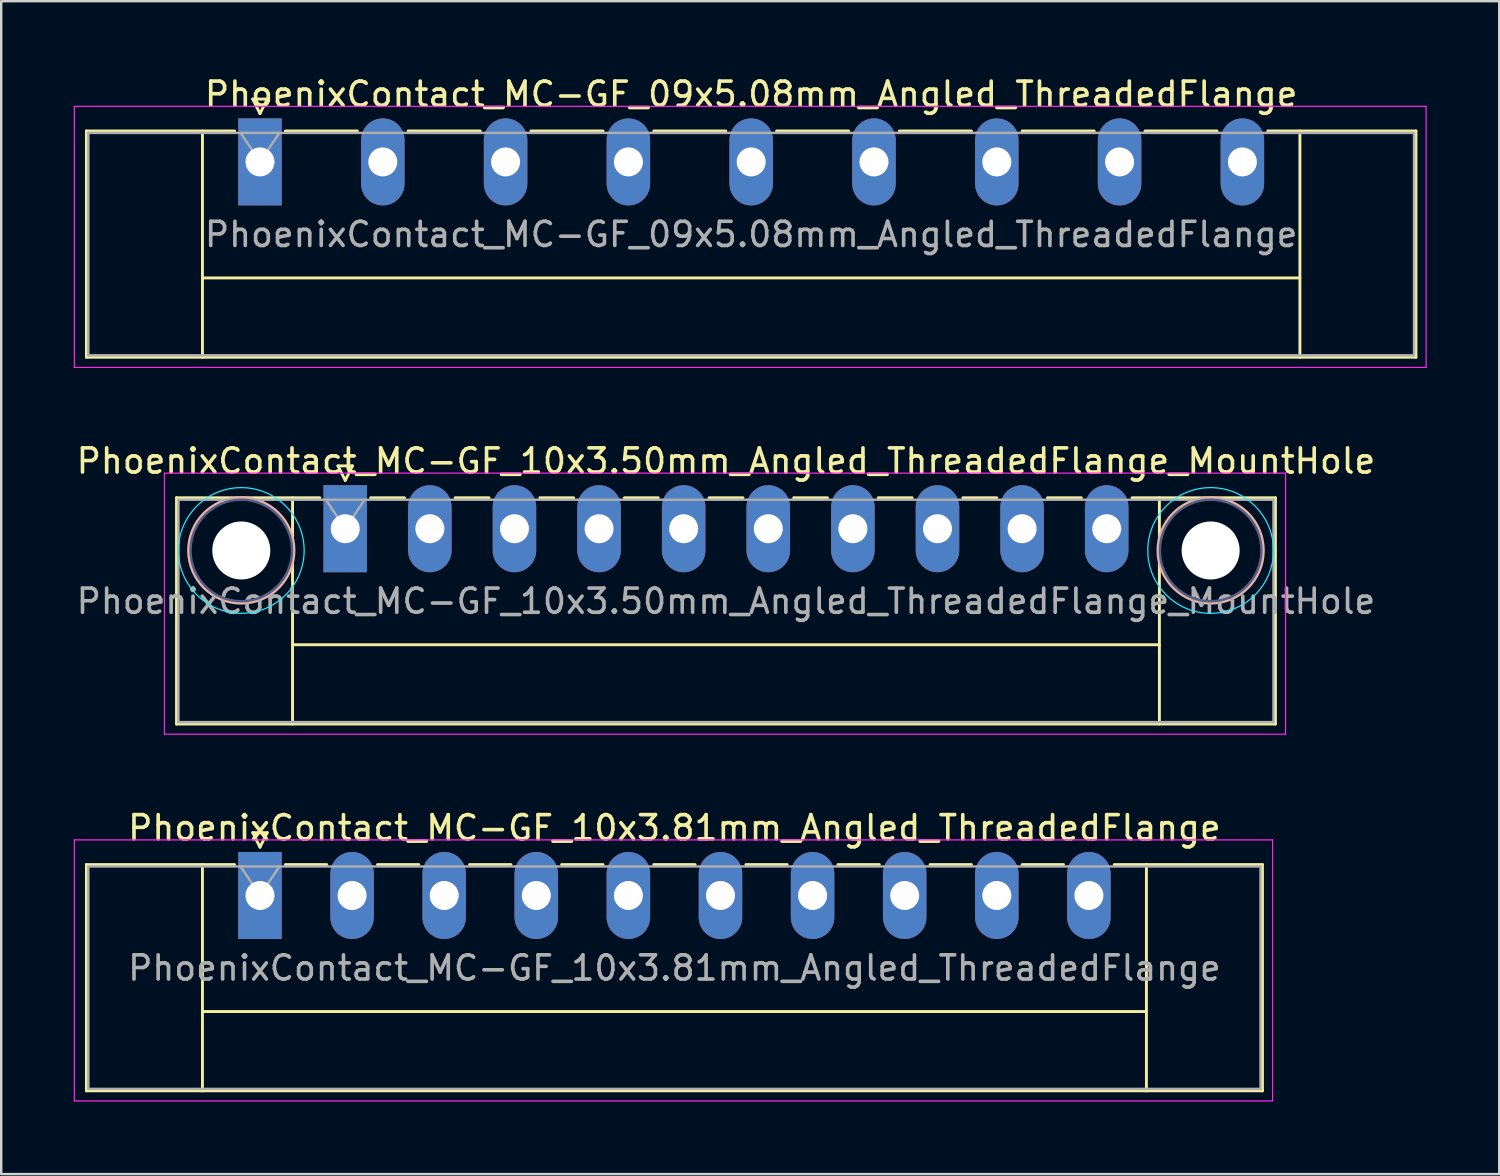
<source format=kicad_pcb>
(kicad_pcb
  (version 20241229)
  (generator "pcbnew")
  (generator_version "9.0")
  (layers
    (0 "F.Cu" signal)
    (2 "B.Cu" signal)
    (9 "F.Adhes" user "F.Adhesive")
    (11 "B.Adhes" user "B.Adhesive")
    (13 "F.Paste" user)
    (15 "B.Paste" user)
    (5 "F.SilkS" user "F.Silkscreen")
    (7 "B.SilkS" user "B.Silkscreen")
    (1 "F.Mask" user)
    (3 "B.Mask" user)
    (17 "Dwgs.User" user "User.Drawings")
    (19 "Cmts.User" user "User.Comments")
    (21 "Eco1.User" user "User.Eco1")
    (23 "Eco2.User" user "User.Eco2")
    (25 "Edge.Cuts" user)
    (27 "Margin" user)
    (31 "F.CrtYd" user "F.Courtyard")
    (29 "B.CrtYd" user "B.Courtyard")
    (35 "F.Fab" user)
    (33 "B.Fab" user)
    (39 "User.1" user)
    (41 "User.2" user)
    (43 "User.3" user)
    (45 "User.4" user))
  (footprint "PhoenixContact_MC-GF_10x3.81mm_Angled_ThreadedFlange"
    (layer "F.Cu")
    (at 7.705 33.995)
    (property "Reference" "PhoenixContact_MC-GF_10x3.81mm_Angled_ThreadedFlange" (at 17.145 -2.8 0) (layer "F.SilkS") (effects (font (size 1 1) (thickness 0.15))))
    (attr through_hole)
    (fp_line (start -7.18 -1.28) (end -7.18 8.08) (stroke (width 0.12) (type solid)) (layer "F.SilkS"))
    (fp_line (start -7.18 -1.28) (end -1.05 -1.28) (stroke (width 0.12) (type solid)) (layer "F.SilkS"))
    (fp_line (start -7.18 8.08) (end 41.47 8.08) (stroke (width 0.12) (type solid)) (layer "F.SilkS"))
    (fp_line (start -2.38 -1.28) (end -2.38 8.08) (stroke (width 0.12) (type solid)) (layer "F.SilkS"))
    (fp_line (start -2.38 4.8) (end 36.67 4.8) (stroke (width 0.12) (type solid)) (layer "F.SilkS"))
    (fp_line (start -0.3 -2.6) (end 0.3 -2.6) (stroke (width 0.12) (type solid)) (layer "F.SilkS"))
    (fp_line (start 0 -2) (end -0.3 -2.6) (stroke (width 0.12) (type solid)) (layer "F.SilkS"))
    (fp_line (start 0.3 -2.6) (end 0 -2) (stroke (width 0.12) (type solid)) (layer "F.SilkS"))
    (fp_line (start 1.05 -1.28) (end 2.76 -1.28) (stroke (width 0.12) (type solid)) (layer "F.SilkS"))
    (fp_line (start 4.86 -1.28) (end 6.57 -1.28) (stroke (width 0.12) (type solid)) (layer "F.SilkS"))
    (fp_line (start 8.67 -1.28) (end 10.38 -1.28) (stroke (width 0.12) (type solid)) (layer "F.SilkS"))
    (fp_line (start 12.48 -1.28) (end 14.19 -1.28) (stroke (width 0.12) (type solid)) (layer "F.SilkS"))
    (fp_line (start 16.29 -1.28) (end 18 -1.28) (stroke (width 0.12) (type solid)) (layer "F.SilkS"))
    (fp_line (start 20.1 -1.28) (end 21.81 -1.28) (stroke (width 0.12) (type solid)) (layer "F.SilkS"))
    (fp_line (start 23.91 -1.28) (end 25.62 -1.28) (stroke (width 0.12) (type solid)) (layer "F.SilkS"))
    (fp_line (start 27.72 -1.28) (end 29.43 -1.28) (stroke (width 0.12) (type solid)) (layer "F.SilkS"))
    (fp_line (start 31.53 -1.28) (end 33.24 -1.28) (stroke (width 0.12) (type solid)) (layer "F.SilkS"))
    (fp_line (start 36.67 -1.28) (end 36.67 8.08) (stroke (width 0.12) (type solid)) (layer "F.SilkS"))
    (fp_line (start 41.47 -1.28) (end 35.34 -1.28) (stroke (width 0.12) (type solid)) (layer "F.SilkS"))
    (fp_line (start 41.47 8.08) (end 41.47 -1.28) (stroke (width 0.12) (type solid)) (layer "F.SilkS"))
    (fp_line (start -7.68 -2.3) (end -7.68 8.5) (stroke (width 0.05) (type solid)) (layer "F.CrtYd"))
    (fp_line (start -7.68 8.5) (end 41.89 8.5) (stroke (width 0.05) (type solid)) (layer "F.CrtYd"))
    (fp_line (start 41.89 -2.3) (end -7.68 -2.3) (stroke (width 0.05) (type solid)) (layer "F.CrtYd"))
    (fp_line (start 41.89 8.5) (end 41.89 -2.3) (stroke (width 0.05) (type solid)) (layer "F.CrtYd"))
    (fp_line (start -7.1 -1.2) (end -7.1 8) (stroke (width 0.1) (type solid)) (layer "F.Fab"))
    (fp_line (start -7.1 8) (end 41.39 8) (stroke (width 0.1) (type solid)) (layer "F.Fab"))
    (fp_line (start 0 0) (end -0.8 -1.2) (stroke (width 0.1) (type solid)) (layer "F.Fab"))
    (fp_line (start 0.8 -1.2) (end 0 0) (stroke (width 0.1) (type solid)) (layer "F.Fab"))
    (fp_line (start 41.39 -1.2) (end -7.1 -1.2) (stroke (width 0.1) (type solid)) (layer "F.Fab"))
    (fp_line (start 41.39 8) (end 41.39 -1.2) (stroke (width 0.1) (type solid)) (layer "F.Fab"))
    (fp_text user "${REFERENCE}" (at 17.145 3 0) (layer "F.Fab") (effects (font (size 1 1) (thickness 0.15))))
    (pad "1" thru_hole rect (at 0 0) (size 1.8 3.6) (drill 1.2) (layers "*.Cu" "*.Mask"))
    (pad "2" thru_hole oval (at 3.81 0) (size 1.8 3.6) (drill 1.2) (layers "*.Cu" "*.Mask"))
    (pad "3" thru_hole oval (at 7.62 0) (size 1.8 3.6) (drill 1.2) (layers "*.Cu" "*.Mask"))
    (pad "4" thru_hole oval (at 11.43 0) (size 1.8 3.6) (drill 1.2) (layers "*.Cu" "*.Mask"))
    (pad "5" thru_hole oval (at 15.24 0) (size 1.8 3.6) (drill 1.2) (layers "*.Cu" "*.Mask"))
    (pad "6" thru_hole oval (at 19.05 0) (size 1.8 3.6) (drill 1.2) (layers "*.Cu" "*.Mask"))
    (pad "7" thru_hole oval (at 22.86 0) (size 1.8 3.6) (drill 1.2) (layers "*.Cu" "*.Mask"))
    (pad "8" thru_hole oval (at 26.67 0) (size 1.8 3.6) (drill 1.2) (layers "*.Cu" "*.Mask"))
    (pad "9" thru_hole oval (at 30.48 0) (size 1.8 3.6) (drill 1.2) (layers "*.Cu" "*.Mask"))
    (pad "10" thru_hole oval (at 34.29 0) (size 1.8 3.6) (drill 1.2) (layers "*.Cu" "*.Mask")))
  (footprint "PhoenixContact_MC-GF_09x5.08mm_Angled_ThreadedFlange"
    (layer "F.Cu")
    (at 7.705 3.648)
    (property "Reference" "PhoenixContact_MC-GF_09x5.08mm_Angled_ThreadedFlange" (at 20.32 -2.8 0) (layer "F.SilkS") (effects (font (size 1 1) (thickness 0.15))))
    (attr through_hole)
    (fp_line (start -7.18 -1.28) (end -7.18 8.08) (stroke (width 0.12) (type solid)) (layer "F.SilkS"))
    (fp_line (start -7.18 -1.28) (end -1.05 -1.28) (stroke (width 0.12) (type solid)) (layer "F.SilkS"))
    (fp_line (start -7.18 8.08) (end 47.82 8.08) (stroke (width 0.12) (type solid)) (layer "F.SilkS"))
    (fp_line (start -2.38 -1.28) (end -2.38 8.08) (stroke (width 0.12) (type solid)) (layer "F.SilkS"))
    (fp_line (start -2.38 4.8) (end 43.02 4.8) (stroke (width 0.12) (type solid)) (layer "F.SilkS"))
    (fp_line (start -0.3 -2.6) (end 0.3 -2.6) (stroke (width 0.12) (type solid)) (layer "F.SilkS"))
    (fp_line (start 0 -2) (end -0.3 -2.6) (stroke (width 0.12) (type solid)) (layer "F.SilkS"))
    (fp_line (start 0.3 -2.6) (end 0 -2) (stroke (width 0.12) (type solid)) (layer "F.SilkS"))
    (fp_line (start 1.05 -1.28) (end 4.03 -1.28) (stroke (width 0.12) (type solid)) (layer "F.SilkS"))
    (fp_line (start 6.13 -1.28) (end 9.11 -1.28) (stroke (width 0.12) (type solid)) (layer "F.SilkS"))
    (fp_line (start 11.21 -1.28) (end 14.19 -1.28) (stroke (width 0.12) (type solid)) (layer "F.SilkS"))
    (fp_line (start 16.29 -1.28) (end 19.27 -1.28) (stroke (width 0.12) (type solid)) (layer "F.SilkS"))
    (fp_line (start 21.37 -1.28) (end 24.35 -1.28) (stroke (width 0.12) (type solid)) (layer "F.SilkS"))
    (fp_line (start 26.45 -1.28) (end 29.43 -1.28) (stroke (width 0.12) (type solid)) (layer "F.SilkS"))
    (fp_line (start 31.53 -1.28) (end 34.51 -1.28) (stroke (width 0.12) (type solid)) (layer "F.SilkS"))
    (fp_line (start 36.61 -1.28) (end 39.59 -1.28) (stroke (width 0.12) (type solid)) (layer "F.SilkS"))
    (fp_line (start 43.02 -1.28) (end 43.02 8.08) (stroke (width 0.12) (type solid)) (layer "F.SilkS"))
    (fp_line (start 47.82 -1.28) (end 41.69 -1.28) (stroke (width 0.12) (type solid)) (layer "F.SilkS"))
    (fp_line (start 47.82 8.08) (end 47.82 -1.28) (stroke (width 0.12) (type solid)) (layer "F.SilkS"))
    (fp_line (start -7.68 -2.3) (end -7.68 8.5) (stroke (width 0.05) (type solid)) (layer "F.CrtYd"))
    (fp_line (start -7.68 8.5) (end 48.24 8.5) (stroke (width 0.05) (type solid)) (layer "F.CrtYd"))
    (fp_line (start 48.24 -2.3) (end -7.68 -2.3) (stroke (width 0.05) (type solid)) (layer "F.CrtYd"))
    (fp_line (start 48.24 8.5) (end 48.24 -2.3) (stroke (width 0.05) (type solid)) (layer "F.CrtYd"))
    (fp_line (start -7.1 -1.2) (end -7.1 8) (stroke (width 0.1) (type solid)) (layer "F.Fab"))
    (fp_line (start -7.1 8) (end 47.74 8) (stroke (width 0.1) (type solid)) (layer "F.Fab"))
    (fp_line (start 0 0) (end -0.8 -1.2) (stroke (width 0.1) (type solid)) (layer "F.Fab"))
    (fp_line (start 0.8 -1.2) (end 0 0) (stroke (width 0.1) (type solid)) (layer "F.Fab"))
    (fp_line (start 47.74 -1.2) (end -7.1 -1.2) (stroke (width 0.1) (type solid)) (layer "F.Fab"))
    (fp_line (start 47.74 8) (end 47.74 -1.2) (stroke (width 0.1) (type solid)) (layer "F.Fab"))
    (fp_text user "${REFERENCE}" (at 20.32 3 0) (layer "F.Fab") (effects (font (size 1 1) (thickness 0.15))))
    (pad "1" thru_hole rect (at 0 0) (size 1.8 3.6) (drill 1.2) (layers "*.Cu" "*.Mask"))
    (pad "2" thru_hole oval (at 5.08 0) (size 1.8 3.6) (drill 1.2) (layers "*.Cu" "*.Mask"))
    (pad "3" thru_hole oval (at 10.16 0) (size 1.8 3.6) (drill 1.2) (layers "*.Cu" "*.Mask"))
    (pad "4" thru_hole oval (at 15.24 0) (size 1.8 3.6) (drill 1.2) (layers "*.Cu" "*.Mask"))
    (pad "5" thru_hole oval (at 20.32 0) (size 1.8 3.6) (drill 1.2) (layers "*.Cu" "*.Mask"))
    (pad "6" thru_hole oval (at 25.4 0) (size 1.8 3.6) (drill 1.2) (layers "*.Cu" "*.Mask"))
    (pad "7" thru_hole oval (at 30.48 0) (size 1.8 3.6) (drill 1.2) (layers "*.Cu" "*.Mask"))
    (pad "8" thru_hole oval (at 35.56 0) (size 1.8 3.6) (drill 1.2) (layers "*.Cu" "*.Mask"))
    (pad "9" thru_hole oval (at 40.64 0) (size 1.8 3.6) (drill 1.2) (layers "*.Cu" "*.Mask")))
  (footprint "PhoenixContact_MC-GF_10x3.50mm_Angled_ThreadedFlange_MountHole"
    (layer "F.Cu")
    (at 11.232 18.822)
    (property "Reference" "PhoenixContact_MC-GF_10x3.50mm_Angled_ThreadedFlange_MountHole" (at 15.75 -2.8 0) (layer "F.SilkS") (effects (font (size 1 1) (thickness 0.15))))
    (attr through_hole)
    (fp_line (start -6.98 -1.28) (end -6.98 8.08) (stroke (width 0.12) (type solid)) (layer "F.SilkS"))
    (fp_line (start -6.98 -1.28) (end -1.05 -1.28) (stroke (width 0.12) (type solid)) (layer "F.SilkS"))
    (fp_line (start -6.98 8.08) (end 38.48 8.08) (stroke (width 0.12) (type solid)) (layer "F.SilkS"))
    (fp_line (start -2.18 -1.28) (end -2.18 8.08) (stroke (width 0.12) (type solid)) (layer "F.SilkS"))
    (fp_line (start -2.18 4.8) (end 33.68 4.8) (stroke (width 0.12) (type solid)) (layer "F.SilkS"))
    (fp_line (start -0.3 -2.6) (end 0.3 -2.6) (stroke (width 0.12) (type solid)) (layer "F.SilkS"))
    (fp_line (start 0 -2) (end -0.3 -2.6) (stroke (width 0.12) (type solid)) (layer "F.SilkS"))
    (fp_line (start 0.3 -2.6) (end 0 -2) (stroke (width 0.12) (type solid)) (layer "F.SilkS"))
    (fp_line (start 1.05 -1.28) (end 2.45 -1.28) (stroke (width 0.12) (type solid)) (layer "F.SilkS"))
    (fp_line (start 4.55 -1.28) (end 5.95 -1.28) (stroke (width 0.12) (type solid)) (layer "F.SilkS"))
    (fp_line (start 8.05 -1.28) (end 9.45 -1.28) (stroke (width 0.12) (type solid)) (layer "F.SilkS"))
    (fp_line (start 11.55 -1.28) (end 12.95 -1.28) (stroke (width 0.12) (type solid)) (layer "F.SilkS"))
    (fp_line (start 15.05 -1.28) (end 16.45 -1.28) (stroke (width 0.12) (type solid)) (layer "F.SilkS"))
    (fp_line (start 18.55 -1.28) (end 19.95 -1.28) (stroke (width 0.12) (type solid)) (layer "F.SilkS"))
    (fp_line (start 22.05 -1.28) (end 23.45 -1.28) (stroke (width 0.12) (type solid)) (layer "F.SilkS"))
    (fp_line (start 25.55 -1.28) (end 26.95 -1.28) (stroke (width 0.12) (type solid)) (layer "F.SilkS"))
    (fp_line (start 29.05 -1.28) (end 30.45 -1.28) (stroke (width 0.12) (type solid)) (layer "F.SilkS"))
    (fp_line (start 33.68 -1.28) (end 33.68 8.08) (stroke (width 0.12) (type solid)) (layer "F.SilkS"))
    (fp_line (start 38.48 -1.28) (end 32.55 -1.28) (stroke (width 0.12) (type solid)) (layer "F.SilkS"))
    (fp_line (start 38.48 8.08) (end 38.48 -1.28) (stroke (width 0.12) (type solid)) (layer "F.SilkS"))
    (fp_circle (center -4.3 0.9) (end -2.12 0.9) (stroke (width 0.12) (type solid)) (fill no) (layer "B.SilkS"))
    (fp_circle (center 35.8 0.9) (end 37.98 0.9) (stroke (width 0.12) (type solid)) (fill no) (layer "B.SilkS"))
    (fp_circle (center -4.3 0.9) (end -1.7 0.9) (stroke (width 0.05) (type solid)) (fill no) (layer "B.CrtYd"))
    (fp_circle (center 35.8 0.9) (end 38.4 0.9) (stroke (width 0.05) (type solid)) (fill no) (layer "B.CrtYd"))
    (fp_line (start -7.48 -2.3) (end -7.48 8.5) (stroke (width 0.05) (type solid)) (layer "F.CrtYd"))
    (fp_line (start -7.48 8.5) (end 38.9 8.5) (stroke (width 0.05) (type solid)) (layer "F.CrtYd"))
    (fp_line (start 38.9 -2.3) (end -7.48 -2.3) (stroke (width 0.05) (type solid)) (layer "F.CrtYd"))
    (fp_line (start 38.9 8.5) (end 38.9 -2.3) (stroke (width 0.05) (type solid)) (layer "F.CrtYd"))
    (fp_circle (center -4.3 0.9) (end -2.2 0.9) (stroke (width 0.1) (type solid)) (fill no) (layer "B.Fab"))
    (fp_circle (center 35.8 0.9) (end 37.9 0.9) (stroke (width 0.1) (type solid)) (fill no) (layer "B.Fab"))
    (fp_line (start -6.9 -1.2) (end -6.9 8) (stroke (width 0.1) (type solid)) (layer "F.Fab"))
    (fp_line (start -6.9 8) (end 38.4 8) (stroke (width 0.1) (type solid)) (layer "F.Fab"))
    (fp_line (start 0 0) (end -0.8 -1.2) (stroke (width 0.1) (type solid)) (layer "F.Fab"))
    (fp_line (start 0.8 -1.2) (end 0 0) (stroke (width 0.1) (type solid)) (layer "F.Fab"))
    (fp_line (start 38.4 -1.2) (end -6.9 -1.2) (stroke (width 0.1) (type solid)) (layer "F.Fab"))
    (fp_line (start 38.4 8) (end 38.4 -1.2) (stroke (width 0.1) (type solid)) (layer "F.Fab"))
    (fp_text user "${REFERENCE}" (at 15.75 3 0) (layer "F.Fab") (effects (font (size 1 1) (thickness 0.15))))
    (pad "" np_thru_hole circle (at -4.3 0.9) (size 2.4 2.4) (drill 2.4) (layers "*.Cu" "*.Mask"))
    (pad "" np_thru_hole circle (at 35.8 0.9) (size 2.4 2.4) (drill 2.4) (layers "*.Cu" "*.Mask"))
    (pad "1" thru_hole rect (at 0 0) (size 1.8 3.6) (drill 1.2) (layers "*.Cu" "*.Mask"))
    (pad "2" thru_hole oval (at 3.5 0) (size 1.8 3.6) (drill 1.2) (layers "*.Cu" "*.Mask"))
    (pad "3" thru_hole oval (at 7 0) (size 1.8 3.6) (drill 1.2) (layers "*.Cu" "*.Mask"))
    (pad "4" thru_hole oval (at 10.5 0) (size 1.8 3.6) (drill 1.2) (layers "*.Cu" "*.Mask"))
    (pad "5" thru_hole oval (at 14 0) (size 1.8 3.6) (drill 1.2) (layers "*.Cu" "*.Mask"))
    (pad "6" thru_hole oval (at 17.5 0) (size 1.8 3.6) (drill 1.2) (layers "*.Cu" "*.Mask"))
    (pad "7" thru_hole oval (at 21 0) (size 1.8 3.6) (drill 1.2) (layers "*.Cu" "*.Mask"))
    (pad "8" thru_hole oval (at 24.5 0) (size 1.8 3.6) (drill 1.2) (layers "*.Cu" "*.Mask"))
    (pad "9" thru_hole oval (at 28 0) (size 1.8 3.6) (drill 1.2) (layers "*.Cu" "*.Mask"))
    (pad "10" thru_hole oval (at 31.5 0) (size 1.8 3.6) (drill 1.2) (layers "*.Cu" "*.Mask")))
  (gr_rect
    (start -3 -3)
    (end 58.97 45.52)
    (stroke (width 0.1) (type default))
    (fill no)
    (layer "Edge.Cuts")))
</source>
